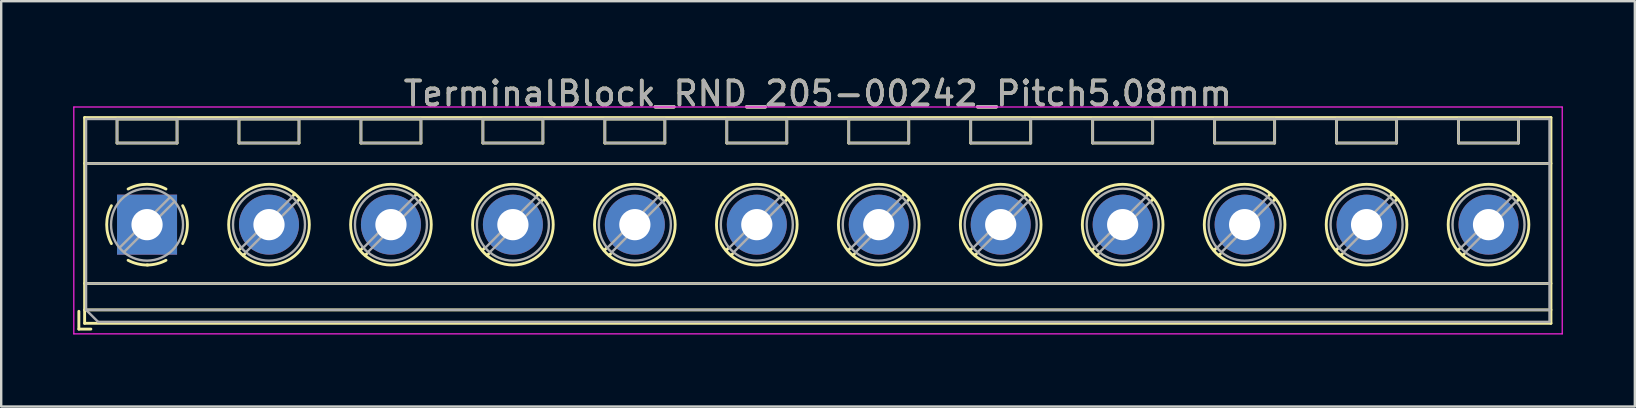
<source format=kicad_pcb>
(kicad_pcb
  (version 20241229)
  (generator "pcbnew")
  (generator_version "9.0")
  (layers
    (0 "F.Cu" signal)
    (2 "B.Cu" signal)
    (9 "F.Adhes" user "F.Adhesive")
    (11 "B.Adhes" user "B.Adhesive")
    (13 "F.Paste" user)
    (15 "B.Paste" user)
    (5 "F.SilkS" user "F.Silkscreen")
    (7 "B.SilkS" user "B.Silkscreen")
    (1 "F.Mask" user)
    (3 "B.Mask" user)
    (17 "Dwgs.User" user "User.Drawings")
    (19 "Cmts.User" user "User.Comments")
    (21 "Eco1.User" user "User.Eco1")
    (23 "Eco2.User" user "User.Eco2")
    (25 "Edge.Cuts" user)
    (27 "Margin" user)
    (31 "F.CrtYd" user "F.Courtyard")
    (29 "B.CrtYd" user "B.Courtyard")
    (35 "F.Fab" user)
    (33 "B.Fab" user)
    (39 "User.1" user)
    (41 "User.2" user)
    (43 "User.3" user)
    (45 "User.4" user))
  (footprint "TerminalBlock_RND_205-00242_Pitch5.08mm"
    (layer "F.Cu")
    (at 3.075 6.308)
    (property "Reference" "TerminalBlock_RND_205-00242_Pitch5.08mm" (at 27.94 -5.46 0) (layer "F.SilkS") (effects (font (size 1 1) (thickness 0.15))))
    (attr through_hole)
    (fp_line (start -2.84 3.61) (end -2.84 4.35) (stroke (width 0.12) (type solid)) (layer "F.SilkS"))
    (fp_line (start -2.84 4.35) (end -2.34 4.35) (stroke (width 0.12) (type solid)) (layer "F.SilkS"))
    (fp_line (start -2.6 -4.46) (end -2.6 4.11) (stroke (width 0.12) (type solid)) (layer "F.SilkS"))
    (fp_line (start -2.6 -2.55) (end 58.48 -2.55) (stroke (width 0.12) (type solid)) (layer "F.SilkS"))
    (fp_line (start -2.6 2.45) (end 58.48 2.45) (stroke (width 0.12) (type solid)) (layer "F.SilkS"))
    (fp_line (start -2.6 3.55) (end 58.48 3.55) (stroke (width 0.12) (type solid)) (layer "F.SilkS"))
    (fp_line (start -2.6 4.11) (end 58.48 4.11) (stroke (width 0.12) (type solid)) (layer "F.SilkS"))
    (fp_line (start -1.25 -4.4) (end -1.25 -3.4) (stroke (width 0.12) (type solid)) (layer "F.SilkS"))
    (fp_line (start -1.25 -4.4) (end 1.25 -4.4) (stroke (width 0.12) (type solid)) (layer "F.SilkS"))
    (fp_line (start -1.25 -3.4) (end 1.25 -3.4) (stroke (width 0.12) (type solid)) (layer "F.SilkS"))
    (fp_line (start 1.25 -4.4) (end 1.25 -3.4) (stroke (width 0.12) (type solid)) (layer "F.SilkS"))
    (fp_line (start 3.83 -4.4) (end 3.83 -3.4) (stroke (width 0.12) (type solid)) (layer "F.SilkS"))
    (fp_line (start 3.83 -4.4) (end 6.33 -4.4) (stroke (width 0.12) (type solid)) (layer "F.SilkS"))
    (fp_line (start 3.83 -3.4) (end 6.33 -3.4) (stroke (width 0.12) (type solid)) (layer "F.SilkS"))
    (fp_line (start 3.9 0.976) (end 3.806 1.069) (stroke (width 0.12) (type solid)) (layer "F.SilkS"))
    (fp_line (start 4.07 1.216) (end 4.011 1.274) (stroke (width 0.12) (type solid)) (layer "F.SilkS"))
    (fp_line (start 6.15 -1.275) (end 6.091 -1.216) (stroke (width 0.12) (type solid)) (layer "F.SilkS"))
    (fp_line (start 6.33 -4.4) (end 6.33 -3.4) (stroke (width 0.12) (type solid)) (layer "F.SilkS"))
    (fp_line (start 6.355 -1.069) (end 6.261 -0.976) (stroke (width 0.12) (type solid)) (layer "F.SilkS"))
    (fp_line (start 8.91 -4.4) (end 8.91 -3.4) (stroke (width 0.12) (type solid)) (layer "F.SilkS"))
    (fp_line (start 8.91 -4.4) (end 11.41 -4.4) (stroke (width 0.12) (type solid)) (layer "F.SilkS"))
    (fp_line (start 8.91 -3.4) (end 11.41 -3.4) (stroke (width 0.12) (type solid)) (layer "F.SilkS"))
    (fp_line (start 8.98 0.976) (end 8.886 1.069) (stroke (width 0.12) (type solid)) (layer "F.SilkS"))
    (fp_line (start 9.15 1.216) (end 9.091 1.274) (stroke (width 0.12) (type solid)) (layer "F.SilkS"))
    (fp_line (start 11.23 -1.275) (end 11.171 -1.216) (stroke (width 0.12) (type solid)) (layer "F.SilkS"))
    (fp_line (start 11.41 -4.4) (end 11.41 -3.4) (stroke (width 0.12) (type solid)) (layer "F.SilkS"))
    (fp_line (start 11.435 -1.069) (end 11.341 -0.976) (stroke (width 0.12) (type solid)) (layer "F.SilkS"))
    (fp_line (start 13.99 -4.4) (end 13.99 -3.4) (stroke (width 0.12) (type solid)) (layer "F.SilkS"))
    (fp_line (start 13.99 -4.4) (end 16.49 -4.4) (stroke (width 0.12) (type solid)) (layer "F.SilkS"))
    (fp_line (start 13.99 -3.4) (end 16.49 -3.4) (stroke (width 0.12) (type solid)) (layer "F.SilkS"))
    (fp_line (start 14.06 0.976) (end 13.966 1.069) (stroke (width 0.12) (type solid)) (layer "F.SilkS"))
    (fp_line (start 14.23 1.216) (end 14.171 1.274) (stroke (width 0.12) (type solid)) (layer "F.SilkS"))
    (fp_line (start 16.31 -1.275) (end 16.251 -1.216) (stroke (width 0.12) (type solid)) (layer "F.SilkS"))
    (fp_line (start 16.49 -4.4) (end 16.49 -3.4) (stroke (width 0.12) (type solid)) (layer "F.SilkS"))
    (fp_line (start 16.515 -1.069) (end 16.421 -0.976) (stroke (width 0.12) (type solid)) (layer "F.SilkS"))
    (fp_line (start 19.07 -4.4) (end 19.07 -3.4) (stroke (width 0.12) (type solid)) (layer "F.SilkS"))
    (fp_line (start 19.07 -4.4) (end 21.57 -4.4) (stroke (width 0.12) (type solid)) (layer "F.SilkS"))
    (fp_line (start 19.07 -3.4) (end 21.57 -3.4) (stroke (width 0.12) (type solid)) (layer "F.SilkS"))
    (fp_line (start 19.14 0.976) (end 19.046 1.069) (stroke (width 0.12) (type solid)) (layer "F.SilkS"))
    (fp_line (start 19.31 1.216) (end 19.251 1.274) (stroke (width 0.12) (type solid)) (layer "F.SilkS"))
    (fp_line (start 21.39 -1.275) (end 21.331 -1.216) (stroke (width 0.12) (type solid)) (layer "F.SilkS"))
    (fp_line (start 21.57 -4.4) (end 21.57 -3.4) (stroke (width 0.12) (type solid)) (layer "F.SilkS"))
    (fp_line (start 21.595 -1.069) (end 21.501 -0.976) (stroke (width 0.12) (type solid)) (layer "F.SilkS"))
    (fp_line (start 24.15 -4.4) (end 24.15 -3.4) (stroke (width 0.12) (type solid)) (layer "F.SilkS"))
    (fp_line (start 24.15 -4.4) (end 26.65 -4.4) (stroke (width 0.12) (type solid)) (layer "F.SilkS"))
    (fp_line (start 24.15 -3.4) (end 26.65 -3.4) (stroke (width 0.12) (type solid)) (layer "F.SilkS"))
    (fp_line (start 24.22 0.976) (end 24.126 1.069) (stroke (width 0.12) (type solid)) (layer "F.SilkS"))
    (fp_line (start 24.39 1.216) (end 24.331 1.274) (stroke (width 0.12) (type solid)) (layer "F.SilkS"))
    (fp_line (start 26.47 -1.275) (end 26.411 -1.216) (stroke (width 0.12) (type solid)) (layer "F.SilkS"))
    (fp_line (start 26.65 -4.4) (end 26.65 -3.4) (stroke (width 0.12) (type solid)) (layer "F.SilkS"))
    (fp_line (start 26.675 -1.069) (end 26.581 -0.976) (stroke (width 0.12) (type solid)) (layer "F.SilkS"))
    (fp_line (start 29.23 -4.4) (end 29.23 -3.4) (stroke (width 0.12) (type solid)) (layer "F.SilkS"))
    (fp_line (start 29.23 -4.4) (end 31.73 -4.4) (stroke (width 0.12) (type solid)) (layer "F.SilkS"))
    (fp_line (start 29.23 -3.4) (end 31.73 -3.4) (stroke (width 0.12) (type solid)) (layer "F.SilkS"))
    (fp_line (start 29.3 0.976) (end 29.206 1.069) (stroke (width 0.12) (type solid)) (layer "F.SilkS"))
    (fp_line (start 29.47 1.216) (end 29.411 1.274) (stroke (width 0.12) (type solid)) (layer "F.SilkS"))
    (fp_line (start 31.55 -1.275) (end 31.491 -1.216) (stroke (width 0.12) (type solid)) (layer "F.SilkS"))
    (fp_line (start 31.73 -4.4) (end 31.73 -3.4) (stroke (width 0.12) (type solid)) (layer "F.SilkS"))
    (fp_line (start 31.755 -1.069) (end 31.661 -0.976) (stroke (width 0.12) (type solid)) (layer "F.SilkS"))
    (fp_line (start 34.31 -4.4) (end 34.31 -3.4) (stroke (width 0.12) (type solid)) (layer "F.SilkS"))
    (fp_line (start 34.31 -4.4) (end 36.81 -4.4) (stroke (width 0.12) (type solid)) (layer "F.SilkS"))
    (fp_line (start 34.31 -3.4) (end 36.81 -3.4) (stroke (width 0.12) (type solid)) (layer "F.SilkS"))
    (fp_line (start 34.38 0.976) (end 34.286 1.069) (stroke (width 0.12) (type solid)) (layer "F.SilkS"))
    (fp_line (start 34.55 1.216) (end 34.491 1.274) (stroke (width 0.12) (type solid)) (layer "F.SilkS"))
    (fp_line (start 36.63 -1.275) (end 36.571 -1.216) (stroke (width 0.12) (type solid)) (layer "F.SilkS"))
    (fp_line (start 36.81 -4.4) (end 36.81 -3.4) (stroke (width 0.12) (type solid)) (layer "F.SilkS"))
    (fp_line (start 36.835 -1.069) (end 36.741 -0.976) (stroke (width 0.12) (type solid)) (layer "F.SilkS"))
    (fp_line (start 39.39 -4.4) (end 39.39 -3.4) (stroke (width 0.12) (type solid)) (layer "F.SilkS"))
    (fp_line (start 39.39 -4.4) (end 41.89 -4.4) (stroke (width 0.12) (type solid)) (layer "F.SilkS"))
    (fp_line (start 39.39 -3.4) (end 41.89 -3.4) (stroke (width 0.12) (type solid)) (layer "F.SilkS"))
    (fp_line (start 39.46 0.976) (end 39.366 1.069) (stroke (width 0.12) (type solid)) (layer "F.SilkS"))
    (fp_line (start 39.63 1.216) (end 39.571 1.274) (stroke (width 0.12) (type solid)) (layer "F.SilkS"))
    (fp_line (start 41.71 -1.275) (end 41.651 -1.216) (stroke (width 0.12) (type solid)) (layer "F.SilkS"))
    (fp_line (start 41.89 -4.4) (end 41.89 -3.4) (stroke (width 0.12) (type solid)) (layer "F.SilkS"))
    (fp_line (start 41.915 -1.069) (end 41.821 -0.976) (stroke (width 0.12) (type solid)) (layer "F.SilkS"))
    (fp_line (start 44.47 -4.4) (end 44.47 -3.4) (stroke (width 0.12) (type solid)) (layer "F.SilkS"))
    (fp_line (start 44.47 -4.4) (end 46.97 -4.4) (stroke (width 0.12) (type solid)) (layer "F.SilkS"))
    (fp_line (start 44.47 -3.4) (end 46.97 -3.4) (stroke (width 0.12) (type solid)) (layer "F.SilkS"))
    (fp_line (start 44.54 0.976) (end 44.446 1.069) (stroke (width 0.12) (type solid)) (layer "F.SilkS"))
    (fp_line (start 44.71 1.216) (end 44.651 1.274) (stroke (width 0.12) (type solid)) (layer "F.SilkS"))
    (fp_line (start 46.79 -1.275) (end 46.731 -1.216) (stroke (width 0.12) (type solid)) (layer "F.SilkS"))
    (fp_line (start 46.97 -4.4) (end 46.97 -3.4) (stroke (width 0.12) (type solid)) (layer "F.SilkS"))
    (fp_line (start 46.995 -1.069) (end 46.901 -0.976) (stroke (width 0.12) (type solid)) (layer "F.SilkS"))
    (fp_line (start 49.55 -4.4) (end 49.55 -3.4) (stroke (width 0.12) (type solid)) (layer "F.SilkS"))
    (fp_line (start 49.55 -4.4) (end 52.05 -4.4) (stroke (width 0.12) (type solid)) (layer "F.SilkS"))
    (fp_line (start 49.55 -3.4) (end 52.05 -3.4) (stroke (width 0.12) (type solid)) (layer "F.SilkS"))
    (fp_line (start 49.62 0.976) (end 49.526 1.069) (stroke (width 0.12) (type solid)) (layer "F.SilkS"))
    (fp_line (start 49.79 1.216) (end 49.731 1.274) (stroke (width 0.12) (type solid)) (layer "F.SilkS"))
    (fp_line (start 51.87 -1.275) (end 51.811 -1.216) (stroke (width 0.12) (type solid)) (layer "F.SilkS"))
    (fp_line (start 52.05 -4.4) (end 52.05 -3.4) (stroke (width 0.12) (type solid)) (layer "F.SilkS"))
    (fp_line (start 52.075 -1.069) (end 51.981 -0.976) (stroke (width 0.12) (type solid)) (layer "F.SilkS"))
    (fp_line (start 54.63 -4.4) (end 54.63 -3.4) (stroke (width 0.12) (type solid)) (layer "F.SilkS"))
    (fp_line (start 54.63 -4.4) (end 57.13 -4.4) (stroke (width 0.12) (type solid)) (layer "F.SilkS"))
    (fp_line (start 54.63 -3.4) (end 57.13 -3.4) (stroke (width 0.12) (type solid)) (layer "F.SilkS"))
    (fp_line (start 54.7 0.976) (end 54.606 1.069) (stroke (width 0.12) (type solid)) (layer "F.SilkS"))
    (fp_line (start 54.87 1.216) (end 54.811 1.274) (stroke (width 0.12) (type solid)) (layer "F.SilkS"))
    (fp_line (start 56.95 -1.275) (end 56.891 -1.216) (stroke (width 0.12) (type solid)) (layer "F.SilkS"))
    (fp_line (start 57.13 -4.4) (end 57.13 -3.4) (stroke (width 0.12) (type solid)) (layer "F.SilkS"))
    (fp_line (start 57.155 -1.069) (end 57.061 -0.976) (stroke (width 0.12) (type solid)) (layer "F.SilkS"))
    (fp_line (start 58.48 -4.46) (end -2.6 -4.46) (stroke (width 0.12) (type solid)) (layer "F.SilkS"))
    (fp_line (start 58.48 4.11) (end 58.48 -4.46) (stroke (width 0.12) (type solid)) (layer "F.SilkS"))
    (fp_arc (start -1.483953 0.789089) (mid -1.680708 0.00005) (end -1.484 -0.789) (stroke (width 0.12) (type solid)) (layer "F.SilkS"))
    (fp_arc (start -0.789089 -1.483953) (mid -0.00005 -1.680708) (end 0.789 -1.484) (stroke (width 0.12) (type solid)) (layer "F.SilkS"))
    (fp_arc (start 0.029383 1.68045) (mid -0.392304 1.634281) (end -0.789 1.484) (stroke (width 0.12) (type solid)) (layer "F.SilkS"))
    (fp_arc (start 0.788712 1.483352) (mid 0.406429 1.630097) (end 0 1.68) (stroke (width 0.12) (type solid)) (layer "F.SilkS"))
    (fp_arc (start 1.483953 -0.789089) (mid 1.680708 -0.00005) (end 1.484 0.789) (stroke (width 0.12) (type solid)) (layer "F.SilkS"))
    (fp_circle (center 5.08 0) (end 6.76 0) (stroke (width 0.12) (type solid)) (fill no) (layer "F.SilkS"))
    (fp_circle (center 10.16 0) (end 11.84 0) (stroke (width 0.12) (type solid)) (fill no) (layer "F.SilkS"))
    (fp_circle (center 15.24 0) (end 16.92 0) (stroke (width 0.12) (type solid)) (fill no) (layer "F.SilkS"))
    (fp_circle (center 20.32 0) (end 22 0) (stroke (width 0.12) (type solid)) (fill no) (layer "F.SilkS"))
    (fp_circle (center 25.4 0) (end 27.08 0) (stroke (width 0.12) (type solid)) (fill no) (layer "F.SilkS"))
    (fp_circle (center 30.48 0) (end 32.16 0) (stroke (width 0.12) (type solid)) (fill no) (layer "F.SilkS"))
    (fp_circle (center 35.56 0) (end 37.24 0) (stroke (width 0.12) (type solid)) (fill no) (layer "F.SilkS"))
    (fp_circle (center 40.64 0) (end 42.32 0) (stroke (width 0.12) (type solid)) (fill no) (layer "F.SilkS"))
    (fp_circle (center 45.72 0) (end 47.4 0) (stroke (width 0.12) (type solid)) (fill no) (layer "F.SilkS"))
    (fp_circle (center 50.8 0) (end 52.48 0) (stroke (width 0.12) (type solid)) (fill no) (layer "F.SilkS"))
    (fp_circle (center 55.88 0) (end 57.56 0) (stroke (width 0.12) (type solid)) (fill no) (layer "F.SilkS"))
    (fp_line (start -3.05 -4.9) (end -3.05 4.55) (stroke (width 0.05) (type solid)) (layer "F.CrtYd"))
    (fp_line (start -3.05 4.55) (end 58.95 4.55) (stroke (width 0.05) (type solid)) (layer "F.CrtYd"))
    (fp_line (start 58.95 -4.9) (end -3.05 -4.9) (stroke (width 0.05) (type solid)) (layer "F.CrtYd"))
    (fp_line (start 58.95 4.55) (end 58.95 -4.9) (stroke (width 0.05) (type solid)) (layer "F.CrtYd"))
    (fp_line (start -2.54 -4.4) (end 58.42 -4.4) (stroke (width 0.1) (type solid)) (layer "F.Fab"))
    (fp_line (start -2.54 -2.55) (end 58.42 -2.55) (stroke (width 0.1) (type solid)) (layer "F.Fab"))
    (fp_line (start -2.54 2.45) (end 58.42 2.45) (stroke (width 0.1) (type solid)) (layer "F.Fab"))
    (fp_line (start -2.54 3.55) (end -2.54 -4.4) (stroke (width 0.1) (type solid)) (layer "F.Fab"))
    (fp_line (start -2.54 3.55) (end 58.42 3.55) (stroke (width 0.1) (type solid)) (layer "F.Fab"))
    (fp_line (start -2.04 4.05) (end -2.54 3.55) (stroke (width 0.1) (type solid)) (layer "F.Fab"))
    (fp_line (start -1.25 -4.4) (end -1.25 -3.4) (stroke (width 0.1) (type solid)) (layer "F.Fab"))
    (fp_line (start -1.25 -3.4) (end 1.25 -3.4) (stroke (width 0.1) (type solid)) (layer "F.Fab"))
    (fp_line (start 0.955 -1.138) (end -1.138 0.955) (stroke (width 0.1) (type solid)) (layer "F.Fab"))
    (fp_line (start 1.138 -0.955) (end -0.955 1.138) (stroke (width 0.1) (type solid)) (layer "F.Fab"))
    (fp_line (start 1.25 -4.4) (end -1.25 -4.4) (stroke (width 0.1) (type solid)) (layer "F.Fab"))
    (fp_line (start 1.25 -3.4) (end 1.25 -4.4) (stroke (width 0.1) (type solid)) (layer "F.Fab"))
    (fp_line (start 3.83 -4.4) (end 3.83 -3.4) (stroke (width 0.1) (type solid)) (layer "F.Fab"))
    (fp_line (start 3.83 -3.4) (end 6.33 -3.4) (stroke (width 0.1) (type solid)) (layer "F.Fab"))
    (fp_line (start 6.035 -1.138) (end 3.943 0.955) (stroke (width 0.1) (type solid)) (layer "F.Fab"))
    (fp_line (start 6.218 -0.955) (end 4.126 1.138) (stroke (width 0.1) (type solid)) (layer "F.Fab"))
    (fp_line (start 6.33 -4.4) (end 3.83 -4.4) (stroke (width 0.1) (type solid)) (layer "F.Fab"))
    (fp_line (start 6.33 -3.4) (end 6.33 -4.4) (stroke (width 0.1) (type solid)) (layer "F.Fab"))
    (fp_line (start 8.91 -4.4) (end 8.91 -3.4) (stroke (width 0.1) (type solid)) (layer "F.Fab"))
    (fp_line (start 8.91 -3.4) (end 11.41 -3.4) (stroke (width 0.1) (type solid)) (layer "F.Fab"))
    (fp_line (start 11.115 -1.138) (end 9.023 0.955) (stroke (width 0.1) (type solid)) (layer "F.Fab"))
    (fp_line (start 11.298 -0.955) (end 9.206 1.138) (stroke (width 0.1) (type solid)) (layer "F.Fab"))
    (fp_line (start 11.41 -4.4) (end 8.91 -4.4) (stroke (width 0.1) (type solid)) (layer "F.Fab"))
    (fp_line (start 11.41 -3.4) (end 11.41 -4.4) (stroke (width 0.1) (type solid)) (layer "F.Fab"))
    (fp_line (start 13.99 -4.4) (end 13.99 -3.4) (stroke (width 0.1) (type solid)) (layer "F.Fab"))
    (fp_line (start 13.99 -3.4) (end 16.49 -3.4) (stroke (width 0.1) (type solid)) (layer "F.Fab"))
    (fp_line (start 16.195 -1.138) (end 14.103 0.955) (stroke (width 0.1) (type solid)) (layer "F.Fab"))
    (fp_line (start 16.378 -0.955) (end 14.286 1.138) (stroke (width 0.1) (type solid)) (layer "F.Fab"))
    (fp_line (start 16.49 -4.4) (end 13.99 -4.4) (stroke (width 0.1) (type solid)) (layer "F.Fab"))
    (fp_line (start 16.49 -3.4) (end 16.49 -4.4) (stroke (width 0.1) (type solid)) (layer "F.Fab"))
    (fp_line (start 19.07 -4.4) (end 19.07 -3.4) (stroke (width 0.1) (type solid)) (layer "F.Fab"))
    (fp_line (start 19.07 -3.4) (end 21.57 -3.4) (stroke (width 0.1) (type solid)) (layer "F.Fab"))
    (fp_line (start 21.275 -1.138) (end 19.183 0.955) (stroke (width 0.1) (type solid)) (layer "F.Fab"))
    (fp_line (start 21.458 -0.955) (end 19.366 1.138) (stroke (width 0.1) (type solid)) (layer "F.Fab"))
    (fp_line (start 21.57 -4.4) (end 19.07 -4.4) (stroke (width 0.1) (type solid)) (layer "F.Fab"))
    (fp_line (start 21.57 -3.4) (end 21.57 -4.4) (stroke (width 0.1) (type solid)) (layer "F.Fab"))
    (fp_line (start 24.15 -4.4) (end 24.15 -3.4) (stroke (width 0.1) (type solid)) (layer "F.Fab"))
    (fp_line (start 24.15 -3.4) (end 26.65 -3.4) (stroke (width 0.1) (type solid)) (layer "F.Fab"))
    (fp_line (start 26.355 -1.138) (end 24.263 0.955) (stroke (width 0.1) (type solid)) (layer "F.Fab"))
    (fp_line (start 26.538 -0.955) (end 24.446 1.138) (stroke (width 0.1) (type solid)) (layer "F.Fab"))
    (fp_line (start 26.65 -4.4) (end 24.15 -4.4) (stroke (width 0.1) (type solid)) (layer "F.Fab"))
    (fp_line (start 26.65 -3.4) (end 26.65 -4.4) (stroke (width 0.1) (type solid)) (layer "F.Fab"))
    (fp_line (start 29.23 -4.4) (end 29.23 -3.4) (stroke (width 0.1) (type solid)) (layer "F.Fab"))
    (fp_line (start 29.23 -3.4) (end 31.73 -3.4) (stroke (width 0.1) (type solid)) (layer "F.Fab"))
    (fp_line (start 31.435 -1.138) (end 29.343 0.955) (stroke (width 0.1) (type solid)) (layer "F.Fab"))
    (fp_line (start 31.618 -0.955) (end 29.526 1.138) (stroke (width 0.1) (type solid)) (layer "F.Fab"))
    (fp_line (start 31.73 -4.4) (end 29.23 -4.4) (stroke (width 0.1) (type solid)) (layer "F.Fab"))
    (fp_line (start 31.73 -3.4) (end 31.73 -4.4) (stroke (width 0.1) (type solid)) (layer "F.Fab"))
    (fp_line (start 34.31 -4.4) (end 34.31 -3.4) (stroke (width 0.1) (type solid)) (layer "F.Fab"))
    (fp_line (start 34.31 -3.4) (end 36.81 -3.4) (stroke (width 0.1) (type solid)) (layer "F.Fab"))
    (fp_line (start 36.515 -1.138) (end 34.423 0.955) (stroke (width 0.1) (type solid)) (layer "F.Fab"))
    (fp_line (start 36.698 -0.955) (end 34.606 1.138) (stroke (width 0.1) (type solid)) (layer "F.Fab"))
    (fp_line (start 36.81 -4.4) (end 34.31 -4.4) (stroke (width 0.1) (type solid)) (layer "F.Fab"))
    (fp_line (start 36.81 -3.4) (end 36.81 -4.4) (stroke (width 0.1) (type solid)) (layer "F.Fab"))
    (fp_line (start 39.39 -4.4) (end 39.39 -3.4) (stroke (width 0.1) (type solid)) (layer "F.Fab"))
    (fp_line (start 39.39 -3.4) (end 41.89 -3.4) (stroke (width 0.1) (type solid)) (layer "F.Fab"))
    (fp_line (start 41.595 -1.138) (end 39.503 0.955) (stroke (width 0.1) (type solid)) (layer "F.Fab"))
    (fp_line (start 41.778 -0.955) (end 39.686 1.138) (stroke (width 0.1) (type solid)) (layer "F.Fab"))
    (fp_line (start 41.89 -4.4) (end 39.39 -4.4) (stroke (width 0.1) (type solid)) (layer "F.Fab"))
    (fp_line (start 41.89 -3.4) (end 41.89 -4.4) (stroke (width 0.1) (type solid)) (layer "F.Fab"))
    (fp_line (start 44.47 -4.4) (end 44.47 -3.4) (stroke (width 0.1) (type solid)) (layer "F.Fab"))
    (fp_line (start 44.47 -3.4) (end 46.97 -3.4) (stroke (width 0.1) (type solid)) (layer "F.Fab"))
    (fp_line (start 46.675 -1.138) (end 44.583 0.955) (stroke (width 0.1) (type solid)) (layer "F.Fab"))
    (fp_line (start 46.858 -0.955) (end 44.766 1.138) (stroke (width 0.1) (type solid)) (layer "F.Fab"))
    (fp_line (start 46.97 -4.4) (end 44.47 -4.4) (stroke (width 0.1) (type solid)) (layer "F.Fab"))
    (fp_line (start 46.97 -3.4) (end 46.97 -4.4) (stroke (width 0.1) (type solid)) (layer "F.Fab"))
    (fp_line (start 49.55 -4.4) (end 49.55 -3.4) (stroke (width 0.1) (type solid)) (layer "F.Fab"))
    (fp_line (start 49.55 -3.4) (end 52.05 -3.4) (stroke (width 0.1) (type solid)) (layer "F.Fab"))
    (fp_line (start 51.755 -1.138) (end 49.663 0.955) (stroke (width 0.1) (type solid)) (layer "F.Fab"))
    (fp_line (start 51.938 -0.955) (end 49.846 1.138) (stroke (width 0.1) (type solid)) (layer "F.Fab"))
    (fp_line (start 52.05 -4.4) (end 49.55 -4.4) (stroke (width 0.1) (type solid)) (layer "F.Fab"))
    (fp_line (start 52.05 -3.4) (end 52.05 -4.4) (stroke (width 0.1) (type solid)) (layer "F.Fab"))
    (fp_line (start 54.63 -4.4) (end 54.63 -3.4) (stroke (width 0.1) (type solid)) (layer "F.Fab"))
    (fp_line (start 54.63 -3.4) (end 57.13 -3.4) (stroke (width 0.1) (type solid)) (layer "F.Fab"))
    (fp_line (start 56.835 -1.138) (end 54.743 0.955) (stroke (width 0.1) (type solid)) (layer "F.Fab"))
    (fp_line (start 57.018 -0.955) (end 54.926 1.138) (stroke (width 0.1) (type solid)) (layer "F.Fab"))
    (fp_line (start 57.13 -4.4) (end 54.63 -4.4) (stroke (width 0.1) (type solid)) (layer "F.Fab"))
    (fp_line (start 57.13 -3.4) (end 57.13 -4.4) (stroke (width 0.1) (type solid)) (layer "F.Fab"))
    (fp_line (start 58.42 -4.4) (end 58.42 4.05) (stroke (width 0.1) (type solid)) (layer "F.Fab"))
    (fp_line (start 58.42 4.05) (end -2.04 4.05) (stroke (width 0.1) (type solid)) (layer "F.Fab"))
    (fp_circle (center 0 0) (end 1.5 0) (stroke (width 0.1) (type solid)) (fill no) (layer "F.Fab"))
    (fp_circle (center 5.08 0) (end 6.58 0) (stroke (width 0.1) (type solid)) (fill no) (layer "F.Fab"))
    (fp_circle (center 10.16 0) (end 11.66 0) (stroke (width 0.1) (type solid)) (fill no) (layer "F.Fab"))
    (fp_circle (center 15.24 0) (end 16.74 0) (stroke (width 0.1) (type solid)) (fill no) (layer "F.Fab"))
    (fp_circle (center 20.32 0) (end 21.82 0) (stroke (width 0.1) (type solid)) (fill no) (layer "F.Fab"))
    (fp_circle (center 25.4 0) (end 26.9 0) (stroke (width 0.1) (type solid)) (fill no) (layer "F.Fab"))
    (fp_circle (center 30.48 0) (end 31.98 0) (stroke (width 0.1) (type solid)) (fill no) (layer "F.Fab"))
    (fp_circle (center 35.56 0) (end 37.06 0) (stroke (width 0.1) (type solid)) (fill no) (layer "F.Fab"))
    (fp_circle (center 40.64 0) (end 42.14 0) (stroke (width 0.1) (type solid)) (fill no) (layer "F.Fab"))
    (fp_circle (center 45.72 0) (end 47.22 0) (stroke (width 0.1) (type solid)) (fill no) (layer "F.Fab"))
    (fp_circle (center 50.8 0) (end 52.3 0) (stroke (width 0.1) (type solid)) (fill no) (layer "F.Fab"))
    (fp_circle (center 55.88 0) (end 57.38 0) (stroke (width 0.1) (type solid)) (fill no) (layer "F.Fab"))
    (fp_text user "${REFERENCE}" (at 27.94 -5.46 0) (layer "F.Fab") (effects (font (size 1 1) (thickness 0.15))))
    (pad "1" thru_hole rect (at 0 0) (size 2.5 2.5) (drill 1.3) (layers "*.Cu" "*.Mask"))
    (pad "2" thru_hole circle (at 5.08 0) (size 2.5 2.5) (drill 1.3) (layers "*.Cu" "*.Mask"))
    (pad "3" thru_hole circle (at 10.16 0) (size 2.5 2.5) (drill 1.3) (layers "*.Cu" "*.Mask"))
    (pad "4" thru_hole circle (at 15.24 0) (size 2.5 2.5) (drill 1.3) (layers "*.Cu" "*.Mask"))
    (pad "5" thru_hole circle (at 20.32 0) (size 2.5 2.5) (drill 1.3) (layers "*.Cu" "*.Mask"))
    (pad "6" thru_hole circle (at 25.4 0) (size 2.5 2.5) (drill 1.3) (layers "*.Cu" "*.Mask"))
    (pad "7" thru_hole circle (at 30.48 0) (size 2.5 2.5) (drill 1.3) (layers "*.Cu" "*.Mask"))
    (pad "8" thru_hole circle (at 35.56 0) (size 2.5 2.5) (drill 1.3) (layers "*.Cu" "*.Mask"))
    (pad "9" thru_hole circle (at 40.64 0) (size 2.5 2.5) (drill 1.3) (layers "*.Cu" "*.Mask"))
    (pad "10" thru_hole circle (at 45.72 0) (size 2.5 2.5) (drill 1.3) (layers "*.Cu" "*.Mask"))
    (pad "11" thru_hole circle (at 50.8 0) (size 2.5 2.5) (drill 1.3) (layers "*.Cu" "*.Mask"))
    (pad "12" thru_hole circle (at 55.88 0) (size 2.5 2.5) (drill 1.3) (layers "*.Cu" "*.Mask")))
  (gr_rect
    (start -3 -3)
    (end 65.05 13.883)
    (stroke (width 0.1) (type default))
    (fill no)
    (layer "Edge.Cuts")))
</source>
